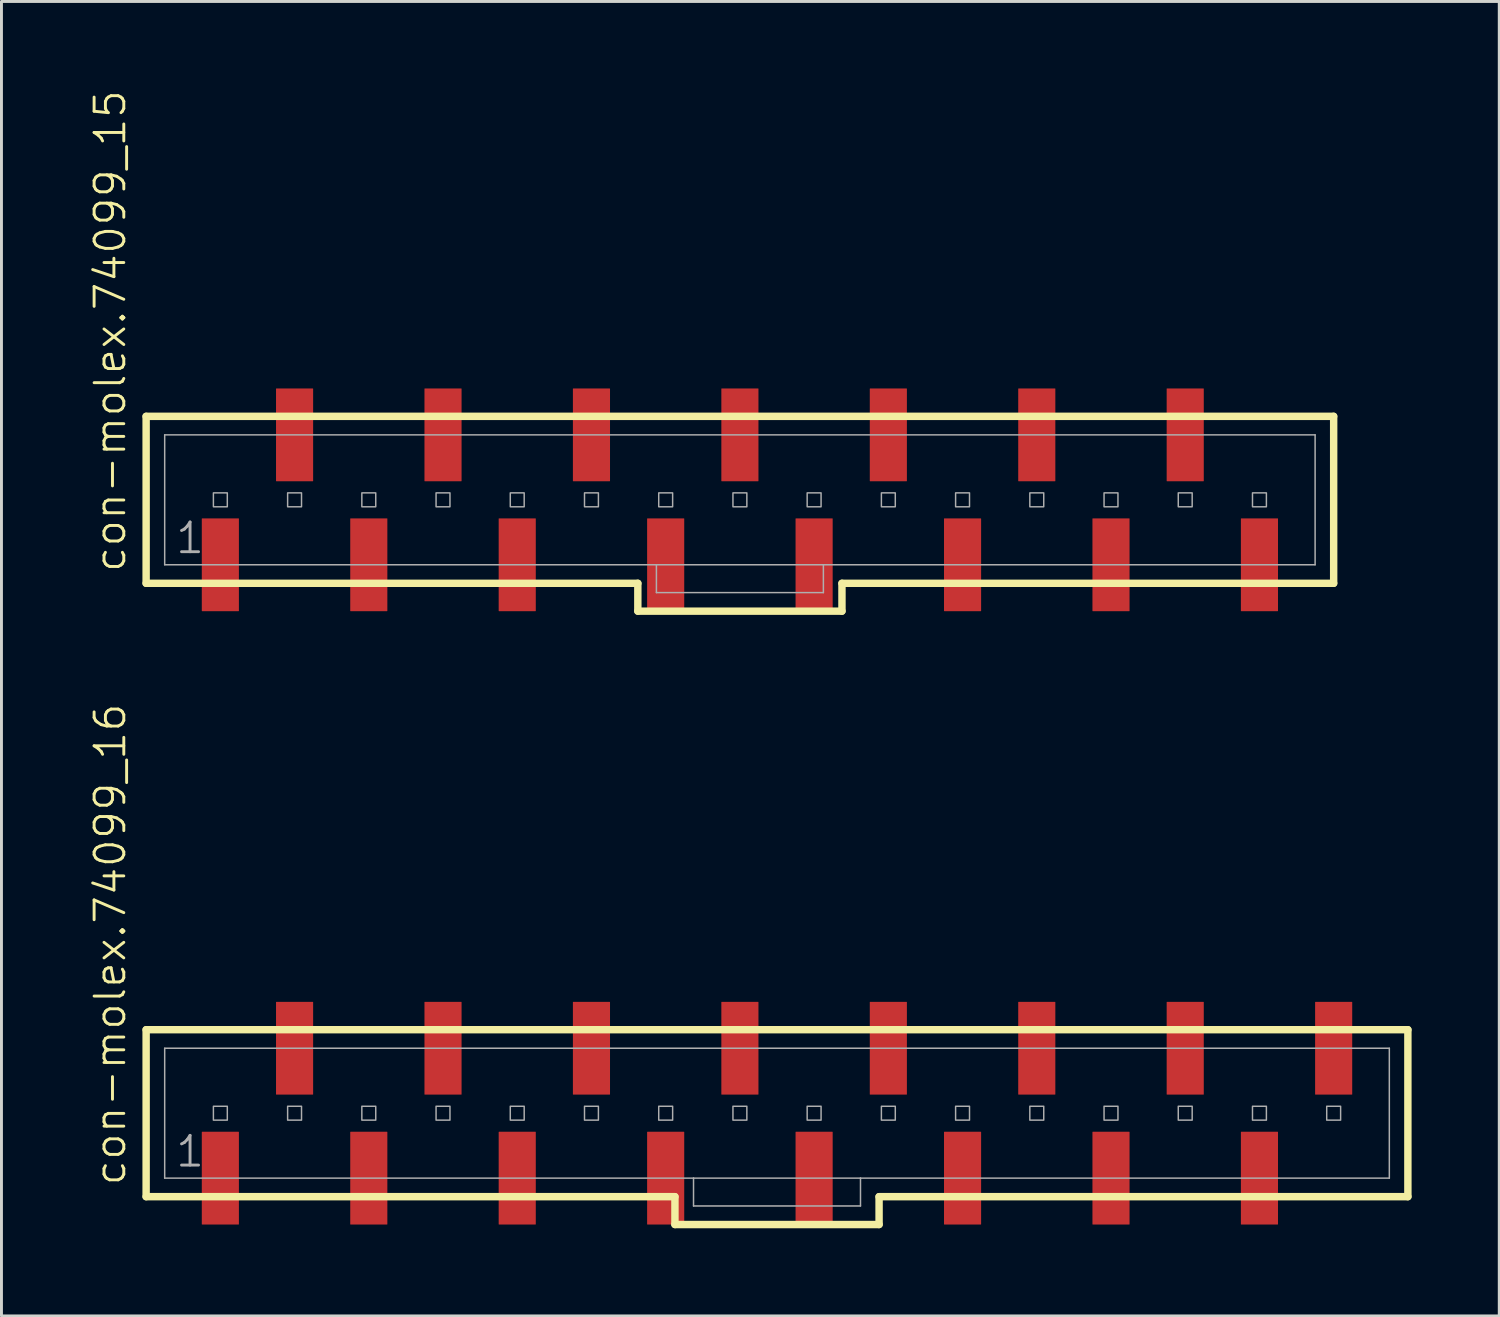
<source format=kicad_pcb>
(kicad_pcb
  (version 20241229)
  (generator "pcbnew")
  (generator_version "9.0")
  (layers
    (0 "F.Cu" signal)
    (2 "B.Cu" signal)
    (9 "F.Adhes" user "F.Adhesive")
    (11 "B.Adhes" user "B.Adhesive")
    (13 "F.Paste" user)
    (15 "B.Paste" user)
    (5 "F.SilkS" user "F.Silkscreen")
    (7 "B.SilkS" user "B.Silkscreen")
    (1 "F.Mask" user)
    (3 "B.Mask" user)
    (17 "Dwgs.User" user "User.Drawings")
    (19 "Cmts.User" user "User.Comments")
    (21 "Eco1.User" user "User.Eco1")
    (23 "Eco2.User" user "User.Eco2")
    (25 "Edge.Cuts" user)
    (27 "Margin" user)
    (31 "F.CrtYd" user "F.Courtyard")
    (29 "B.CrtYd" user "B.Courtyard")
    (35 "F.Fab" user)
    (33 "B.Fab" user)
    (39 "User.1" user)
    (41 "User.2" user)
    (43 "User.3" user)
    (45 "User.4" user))
  (footprint "con-molex.74099_15"
    (layer "F.Cu")
    (at 22.271 14.055)
    (property "Reference" "con-molex.74099_15" (at -20.955 2.54 90) (layer "F.SilkS") (effects (font (size 1.016 1.016) (thickness 0.1)) (justify left bottom)))
    (attr smd)
    (fp_line (start -20.32 -2.857) (end -20.32 2.857) (stroke (width 0.254) (type default)) (layer "F.SilkS"))
    (fp_line (start -20.32 2.857) (end -3.493 2.857) (stroke (width 0.254) (type default)) (layer "F.SilkS"))
    (fp_line (start -3.493 2.857) (end -3.493 3.81) (stroke (width 0.254) (type default)) (layer "F.SilkS"))
    (fp_line (start -3.493 3.81) (end 3.493 3.81) (stroke (width 0.254) (type default)) (layer "F.SilkS"))
    (fp_line (start 3.493 2.857) (end 20.32 2.857) (stroke (width 0.254) (type default)) (layer "F.SilkS"))
    (fp_line (start 3.493 3.81) (end 3.493 2.857) (stroke (width 0.254) (type default)) (layer "F.SilkS"))
    (fp_line (start 20.32 -2.857) (end -20.32 -2.857) (stroke (width 0.254) (type default)) (layer "F.SilkS"))
    (fp_line (start 20.32 2.857) (end 20.32 -2.857) (stroke (width 0.254) (type default)) (layer "F.SilkS"))
    (fp_line (start -19.685 -2.223) (end -19.685 2.223) (stroke (width 0.051) (type default)) (layer "F.Fab"))
    (fp_line (start -19.685 -2.223) (end 19.685 -2.223) (stroke (width 0.051) (type default)) (layer "F.Fab"))
    (fp_line (start -19.685 2.223) (end -2.857 2.223) (stroke (width 0.051) (type default)) (layer "F.Fab"))
    (fp_line (start -2.857 2.223) (end -2.857 3.175) (stroke (width 0.051) (type default)) (layer "F.Fab"))
    (fp_line (start -2.857 2.223) (end 2.857 2.223) (stroke (width 0.051) (type default)) (layer "F.Fab"))
    (fp_line (start 2.857 2.223) (end 2.857 3.175) (stroke (width 0.051) (type default)) (layer "F.Fab"))
    (fp_line (start 2.857 2.223) (end 19.685 2.223) (stroke (width 0.051) (type default)) (layer "F.Fab"))
    (fp_line (start 2.857 3.175) (end -2.857 3.175) (stroke (width 0.051) (type default)) (layer "F.Fab"))
    (fp_line (start 19.685 -2.223) (end 19.685 2.223) (stroke (width 0.051) (type default)) (layer "F.Fab"))
    (fp_rect (start -18.018 0.238) (end -17.542 -0.238) (stroke (width 0.05) (type default)) (fill no) (layer "F.Fab"))
    (fp_rect (start -15.478 0.238) (end -15.002 -0.238) (stroke (width 0.05) (type default)) (fill no) (layer "F.Fab"))
    (fp_rect (start -12.938 0.238) (end -12.462 -0.238) (stroke (width 0.05) (type default)) (fill no) (layer "F.Fab"))
    (fp_rect (start -10.398 0.238) (end -9.922 -0.238) (stroke (width 0.05) (type default)) (fill no) (layer "F.Fab"))
    (fp_rect (start -7.858 0.238) (end -7.382 -0.238) (stroke (width 0.05) (type default)) (fill no) (layer "F.Fab"))
    (fp_rect (start -5.318 0.238) (end -4.842 -0.238) (stroke (width 0.05) (type default)) (fill no) (layer "F.Fab"))
    (fp_rect (start -2.778 0.238) (end -2.302 -0.238) (stroke (width 0.05) (type default)) (fill no) (layer "F.Fab"))
    (fp_rect (start -0.238 0.238) (end 0.238 -0.238) (stroke (width 0.05) (type default)) (fill no) (layer "F.Fab"))
    (fp_rect (start 2.302 0.238) (end 2.778 -0.238) (stroke (width 0.05) (type default)) (fill no) (layer "F.Fab"))
    (fp_rect (start 4.842 0.238) (end 5.318 -0.238) (stroke (width 0.05) (type default)) (fill no) (layer "F.Fab"))
    (fp_rect (start 7.382 0.238) (end 7.858 -0.238) (stroke (width 0.05) (type default)) (fill no) (layer "F.Fab"))
    (fp_rect (start 9.922 0.238) (end 10.398 -0.238) (stroke (width 0.05) (type default)) (fill no) (layer "F.Fab"))
    (fp_rect (start 12.462 0.238) (end 12.938 -0.238) (stroke (width 0.05) (type default)) (fill no) (layer "F.Fab"))
    (fp_rect (start 15.002 0.238) (end 15.478 -0.238) (stroke (width 0.05) (type default)) (fill no) (layer "F.Fab"))
    (fp_rect (start 17.542 0.238) (end 18.018 -0.238) (stroke (width 0.05) (type default)) (fill no) (layer "F.Fab"))
    (fp_text user "1" (at -19.367 1.905 0) (layer "F.Fab") (effects (font (size 1.016 1.016) (thickness 0.1)) (justify left bottom)))
    (pad "1" smd roundrect (at -17.78 2.223 270) (size 3.175 1.27) (layers "F.Cu" "F.Mask" "F.Paste") (roundrect_rratio 0.01))
    (pad "2" smd roundrect (at -15.24 -2.223 270) (size 3.175 1.27) (layers "F.Cu" "F.Mask" "F.Paste") (roundrect_rratio 0.01))
    (pad "3" smd roundrect (at -12.7 2.223 270) (size 3.175 1.27) (layers "F.Cu" "F.Mask" "F.Paste") (roundrect_rratio 0.01))
    (pad "4" smd roundrect (at -10.16 -2.223 270) (size 3.175 1.27) (layers "F.Cu" "F.Mask" "F.Paste") (roundrect_rratio 0.01))
    (pad "5" smd roundrect (at -7.62 2.223 270) (size 3.175 1.27) (layers "F.Cu" "F.Mask" "F.Paste") (roundrect_rratio 0.01))
    (pad "6" smd roundrect (at -5.08 -2.223 270) (size 3.175 1.27) (layers "F.Cu" "F.Mask" "F.Paste") (roundrect_rratio 0.01))
    (pad "7" smd roundrect (at -2.54 2.223 270) (size 3.175 1.27) (layers "F.Cu" "F.Mask" "F.Paste") (roundrect_rratio 0.01))
    (pad "8" smd roundrect (at 0 -2.223 270) (size 3.175 1.27) (layers "F.Cu" "F.Mask" "F.Paste") (roundrect_rratio 0.01))
    (pad "9" smd roundrect (at 2.54 2.223 270) (size 3.175 1.27) (layers "F.Cu" "F.Mask" "F.Paste") (roundrect_rratio 0.01))
    (pad "10" smd roundrect (at 5.08 -2.223 270) (size 3.175 1.27) (layers "F.Cu" "F.Mask" "F.Paste") (roundrect_rratio 0.01))
    (pad "11" smd roundrect (at 7.62 2.223 270) (size 3.175 1.27) (layers "F.Cu" "F.Mask" "F.Paste") (roundrect_rratio 0.01))
    (pad "12" smd roundrect (at 10.16 -2.223 270) (size 3.175 1.27) (layers "F.Cu" "F.Mask" "F.Paste") (roundrect_rratio 0.01))
    (pad "13" smd roundrect (at 12.7 2.223 270) (size 3.175 1.27) (layers "F.Cu" "F.Mask" "F.Paste") (roundrect_rratio 0.01))
    (pad "14" smd roundrect (at 15.24 -2.223 270) (size 3.175 1.27) (layers "F.Cu" "F.Mask" "F.Paste") (roundrect_rratio 0.01))
    (pad "15" smd roundrect (at 17.78 2.223 270) (size 3.175 1.27) (layers "F.Cu" "F.Mask" "F.Paste") (roundrect_rratio 0.01)))
  (footprint "con-molex.74099_16"
    (layer "F.Cu")
    (at 23.541 35.046)
    (property "Reference" "con-molex.74099_16" (at -22.225 2.54 90) (layer "F.SilkS") (effects (font (size 1.016 1.016) (thickness 0.1)) (justify left bottom)))
    (attr smd)
    (fp_line (start -21.59 -2.857) (end -21.59 2.857) (stroke (width 0.254) (type default)) (layer "F.SilkS"))
    (fp_line (start -21.59 2.857) (end -3.493 2.857) (stroke (width 0.254) (type default)) (layer "F.SilkS"))
    (fp_line (start -3.493 2.857) (end -3.493 3.81) (stroke (width 0.254) (type default)) (layer "F.SilkS"))
    (fp_line (start -3.493 3.81) (end 3.493 3.81) (stroke (width 0.254) (type default)) (layer "F.SilkS"))
    (fp_line (start 3.493 2.857) (end 21.59 2.857) (stroke (width 0.254) (type default)) (layer "F.SilkS"))
    (fp_line (start 3.493 3.81) (end 3.493 2.857) (stroke (width 0.254) (type default)) (layer "F.SilkS"))
    (fp_line (start 21.59 -2.857) (end -21.59 -2.857) (stroke (width 0.254) (type default)) (layer "F.SilkS"))
    (fp_line (start 21.59 2.857) (end 21.59 -2.857) (stroke (width 0.254) (type default)) (layer "F.SilkS"))
    (fp_line (start -20.955 -2.223) (end -20.955 2.223) (stroke (width 0.051) (type default)) (layer "F.Fab"))
    (fp_line (start -20.955 -2.223) (end 20.955 -2.223) (stroke (width 0.051) (type default)) (layer "F.Fab"))
    (fp_line (start -20.955 2.223) (end -2.857 2.223) (stroke (width 0.051) (type default)) (layer "F.Fab"))
    (fp_line (start -2.857 2.223) (end -2.857 3.175) (stroke (width 0.051) (type default)) (layer "F.Fab"))
    (fp_line (start -2.857 2.223) (end 2.857 2.223) (stroke (width 0.051) (type default)) (layer "F.Fab"))
    (fp_line (start 2.857 2.223) (end 2.857 3.175) (stroke (width 0.051) (type default)) (layer "F.Fab"))
    (fp_line (start 2.857 2.223) (end 20.955 2.223) (stroke (width 0.051) (type default)) (layer "F.Fab"))
    (fp_line (start 2.857 3.175) (end -2.857 3.175) (stroke (width 0.051) (type default)) (layer "F.Fab"))
    (fp_line (start 20.955 -2.223) (end 20.955 2.223) (stroke (width 0.051) (type default)) (layer "F.Fab"))
    (fp_rect (start -19.288 0.238) (end -18.812 -0.238) (stroke (width 0.05) (type default)) (fill no) (layer "F.Fab"))
    (fp_rect (start -16.748 0.238) (end -16.272 -0.238) (stroke (width 0.05) (type default)) (fill no) (layer "F.Fab"))
    (fp_rect (start -14.208 0.238) (end -13.732 -0.238) (stroke (width 0.05) (type default)) (fill no) (layer "F.Fab"))
    (fp_rect (start -11.668 0.238) (end -11.192 -0.238) (stroke (width 0.05) (type default)) (fill no) (layer "F.Fab"))
    (fp_rect (start -9.128 0.238) (end -8.652 -0.238) (stroke (width 0.05) (type default)) (fill no) (layer "F.Fab"))
    (fp_rect (start -6.588 0.238) (end -6.112 -0.238) (stroke (width 0.05) (type default)) (fill no) (layer "F.Fab"))
    (fp_rect (start -4.048 0.238) (end -3.572 -0.238) (stroke (width 0.05) (type default)) (fill no) (layer "F.Fab"))
    (fp_rect (start -1.508 0.238) (end -1.032 -0.238) (stroke (width 0.05) (type default)) (fill no) (layer "F.Fab"))
    (fp_rect (start 1.032 0.238) (end 1.508 -0.238) (stroke (width 0.05) (type default)) (fill no) (layer "F.Fab"))
    (fp_rect (start 3.572 0.238) (end 4.048 -0.238) (stroke (width 0.05) (type default)) (fill no) (layer "F.Fab"))
    (fp_rect (start 6.112 0.238) (end 6.588 -0.238) (stroke (width 0.05) (type default)) (fill no) (layer "F.Fab"))
    (fp_rect (start 8.652 0.238) (end 9.128 -0.238) (stroke (width 0.05) (type default)) (fill no) (layer "F.Fab"))
    (fp_rect (start 11.192 0.238) (end 11.668 -0.238) (stroke (width 0.05) (type default)) (fill no) (layer "F.Fab"))
    (fp_rect (start 13.732 0.238) (end 14.208 -0.238) (stroke (width 0.05) (type default)) (fill no) (layer "F.Fab"))
    (fp_rect (start 16.272 0.238) (end 16.748 -0.238) (stroke (width 0.05) (type default)) (fill no) (layer "F.Fab"))
    (fp_rect (start 18.812 0.238) (end 19.288 -0.238) (stroke (width 0.05) (type default)) (fill no) (layer "F.Fab"))
    (fp_text user "1" (at -20.637 1.905 0) (layer "F.Fab") (effects (font (size 1.016 1.016) (thickness 0.1)) (justify left bottom)))
    (pad "1" smd roundrect (at -19.05 2.223 270) (size 3.175 1.27) (layers "F.Cu" "F.Mask" "F.Paste") (roundrect_rratio 0.01))
    (pad "2" smd roundrect (at -16.51 -2.223 270) (size 3.175 1.27) (layers "F.Cu" "F.Mask" "F.Paste") (roundrect_rratio 0.01))
    (pad "3" smd roundrect (at -13.97 2.223 270) (size 3.175 1.27) (layers "F.Cu" "F.Mask" "F.Paste") (roundrect_rratio 0.01))
    (pad "4" smd roundrect (at -11.43 -2.223 270) (size 3.175 1.27) (layers "F.Cu" "F.Mask" "F.Paste") (roundrect_rratio 0.01))
    (pad "5" smd roundrect (at -8.89 2.223 270) (size 3.175 1.27) (layers "F.Cu" "F.Mask" "F.Paste") (roundrect_rratio 0.01))
    (pad "6" smd roundrect (at -6.35 -2.223 270) (size 3.175 1.27) (layers "F.Cu" "F.Mask" "F.Paste") (roundrect_rratio 0.01))
    (pad "7" smd roundrect (at -3.81 2.223 270) (size 3.175 1.27) (layers "F.Cu" "F.Mask" "F.Paste") (roundrect_rratio 0.01))
    (pad "8" smd roundrect (at -1.27 -2.223 270) (size 3.175 1.27) (layers "F.Cu" "F.Mask" "F.Paste") (roundrect_rratio 0.01))
    (pad "9" smd roundrect (at 1.27 2.223 270) (size 3.175 1.27) (layers "F.Cu" "F.Mask" "F.Paste") (roundrect_rratio 0.01))
    (pad "10" smd roundrect (at 3.81 -2.223 270) (size 3.175 1.27) (layers "F.Cu" "F.Mask" "F.Paste") (roundrect_rratio 0.01))
    (pad "11" smd roundrect (at 6.35 2.223 270) (size 3.175 1.27) (layers "F.Cu" "F.Mask" "F.Paste") (roundrect_rratio 0.01))
    (pad "12" smd roundrect (at 8.89 -2.223 270) (size 3.175 1.27) (layers "F.Cu" "F.Mask" "F.Paste") (roundrect_rratio 0.01))
    (pad "13" smd roundrect (at 11.43 2.223 270) (size 3.175 1.27) (layers "F.Cu" "F.Mask" "F.Paste") (roundrect_rratio 0.01))
    (pad "14" smd roundrect (at 13.97 -2.223 270) (size 3.175 1.27) (layers "F.Cu" "F.Mask" "F.Paste") (roundrect_rratio 0.01))
    (pad "15" smd roundrect (at 16.51 2.223 270) (size 3.175 1.27) (layers "F.Cu" "F.Mask" "F.Paste") (roundrect_rratio 0.01))
    (pad "16" smd roundrect (at 19.05 -2.223 270) (size 3.175 1.27) (layers "F.Cu" "F.Mask" "F.Paste") (roundrect_rratio 0.01)))
  (gr_rect
    (start -3 -3)
    (end 48.258 41.983)
    (stroke (width 0.1) (type default))
    (fill no)
    (layer "Edge.Cuts")))
</source>
